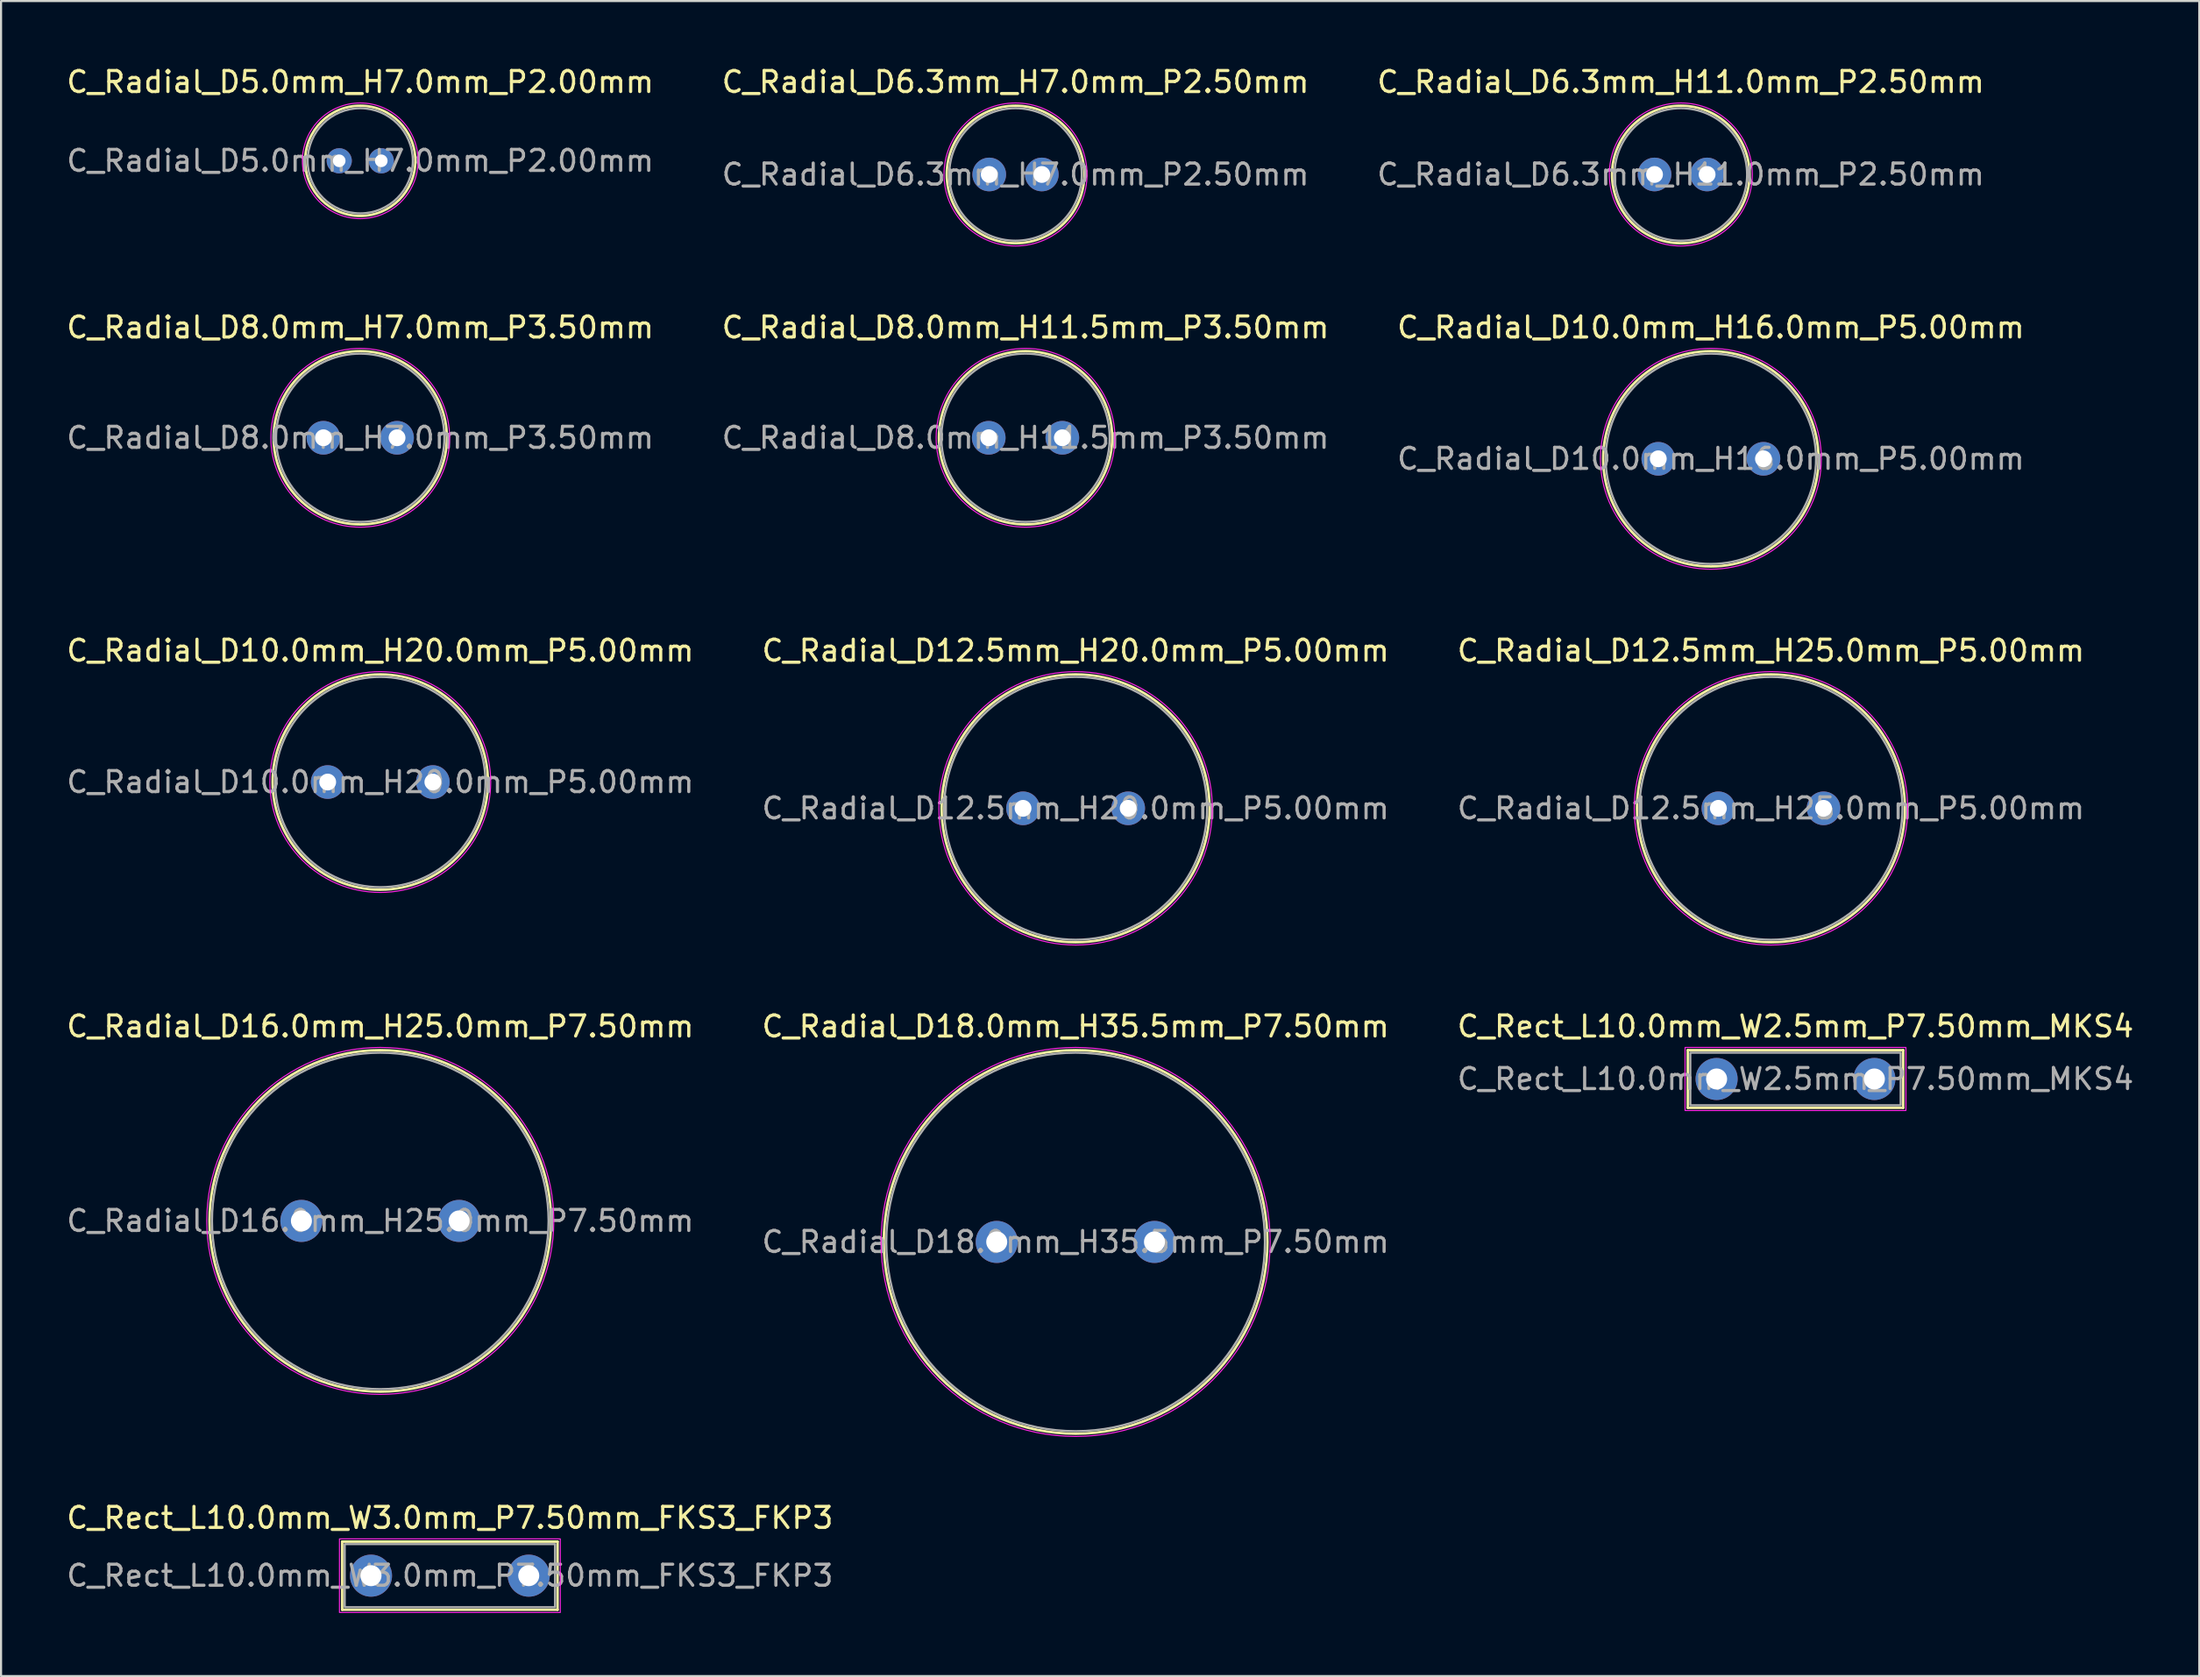
<source format=kicad_pcb>
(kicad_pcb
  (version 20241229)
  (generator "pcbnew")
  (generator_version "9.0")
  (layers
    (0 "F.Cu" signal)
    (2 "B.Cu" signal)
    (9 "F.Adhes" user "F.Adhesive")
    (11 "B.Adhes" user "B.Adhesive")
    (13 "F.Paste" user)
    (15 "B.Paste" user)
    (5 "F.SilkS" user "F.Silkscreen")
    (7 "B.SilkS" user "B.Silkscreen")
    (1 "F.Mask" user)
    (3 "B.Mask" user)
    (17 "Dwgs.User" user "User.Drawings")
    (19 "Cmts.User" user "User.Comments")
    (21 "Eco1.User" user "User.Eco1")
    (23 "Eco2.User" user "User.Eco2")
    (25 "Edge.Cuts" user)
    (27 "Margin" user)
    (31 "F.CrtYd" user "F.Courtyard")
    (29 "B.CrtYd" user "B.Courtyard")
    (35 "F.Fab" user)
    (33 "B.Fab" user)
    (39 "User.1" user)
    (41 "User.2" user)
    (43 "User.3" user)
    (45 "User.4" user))
  (footprint "C_Radial_D10.0mm_H16.0mm_P5.00mm"
    (layer "F.Cu")
    (at 75.792 18.771)
    (property "Reference" "C_Radial_D10.0mm_H16.0mm_P5.00mm" (at 2.5 -6.25 0) (layer "F.SilkS") (effects (font (size 1 1) (thickness 0.15))))
    (attr through_hole)
    (fp_circle (center 2.5 0) (end 7.62 0) (stroke (width 0.12) (type solid)) (fill no) (layer "F.SilkS"))
    (fp_circle (center 2.5 0) (end 7.75 0) (stroke (width 0.05) (type solid)) (fill no) (layer "F.CrtYd"))
    (fp_circle (center 2.5 0) (end 7.5 0) (stroke (width 0.1) (type solid)) (fill no) (layer "F.Fab"))
    (fp_text user "${REFERENCE}" (at 2.5 0 0) (layer "F.Fab") (effects (font (size 1 1) (thickness 0.15))))
    (pad "1" thru_hole circle (at 0 0) (size 1.6 1.6) (drill 0.8) (layers "*.Cu" "*.Mask"))
    (pad "2" thru_hole circle (at 5 0) (size 1.6 1.6) (drill 0.8) (layers "*.Cu" "*.Mask")))
  (footprint "C_Radial_D16.0mm_H25.0mm_P7.50mm"
    (layer "F.Cu")
    (at 11.28 55.018)
    (property "Reference" "C_Radial_D16.0mm_H25.0mm_P7.50mm" (at 3.75 -9.25 0) (layer "F.SilkS") (effects (font (size 1 1) (thickness 0.15))))
    (attr through_hole)
    (fp_circle (center 3.75 0) (end 11.87 0) (stroke (width 0.12) (type solid)) (fill no) (layer "F.SilkS"))
    (fp_circle (center 3.75 0) (end 12 0) (stroke (width 0.05) (type solid)) (fill no) (layer "F.CrtYd"))
    (fp_circle (center 3.75 0) (end 11.75 0) (stroke (width 0.1) (type solid)) (fill no) (layer "F.Fab"))
    (fp_text user "${REFERENCE}" (at 3.75 0 0) (layer "F.Fab") (effects (font (size 1 1) (thickness 0.15))))
    (pad "1" thru_hole circle (at 0 0) (size 2 2) (drill 1) (layers "*.Cu" "*.Mask"))
    (pad "2" thru_hole circle (at 7.5 0) (size 2 2) (drill 1) (layers "*.Cu" "*.Mask")))
  (footprint "C_Radial_D5.0mm_H7.0mm_P2.00mm"
    (layer "F.Cu")
    (at 13.077 4.598)
    (property "Reference" "C_Radial_D5.0mm_H7.0mm_P2.00mm" (at 1 -3.75 0) (layer "F.SilkS") (effects (font (size 1 1) (thickness 0.15))))
    (attr through_hole)
    (fp_circle (center 1 0) (end 3.62 0) (stroke (width 0.12) (type solid)) (fill no) (layer "F.SilkS"))
    (fp_circle (center 1 0) (end 3.75 0) (stroke (width 0.05) (type solid)) (fill no) (layer "F.CrtYd"))
    (fp_circle (center 1 0) (end 3.5 0) (stroke (width 0.1) (type solid)) (fill no) (layer "F.Fab"))
    (fp_text user "${REFERENCE}" (at 1 0 0) (layer "F.Fab") (effects (font (size 1 1) (thickness 0.15))))
    (pad "1" thru_hole circle (at 0 0) (size 1.2 1.2) (drill 0.6) (layers "*.Cu" "*.Mask"))
    (pad "2" thru_hole circle (at 2 0) (size 1.2 1.2) (drill 0.6) (layers "*.Cu" "*.Mask")))
  (footprint "C_Radial_D12.5mm_H25.0mm_P5.00mm"
    (layer "F.Cu")
    (at 78.649 35.395)
    (property "Reference" "C_Radial_D12.5mm_H25.0mm_P5.00mm" (at 2.5 -7.5 0) (layer "F.SilkS") (effects (font (size 1 1) (thickness 0.15))))
    (attr through_hole)
    (fp_circle (center 2.5 0) (end 8.87 0) (stroke (width 0.12) (type solid)) (fill no) (layer "F.SilkS"))
    (fp_circle (center 2.5 0) (end 9 0) (stroke (width 0.05) (type solid)) (fill no) (layer "F.CrtYd"))
    (fp_circle (center 2.5 0) (end 8.75 0) (stroke (width 0.1) (type solid)) (fill no) (layer "F.Fab"))
    (fp_text user "${REFERENCE}" (at 2.5 0 0) (layer "F.Fab") (effects (font (size 1 1) (thickness 0.15))))
    (pad "1" thru_hole circle (at 0 0) (size 1.6 1.6) (drill 0.8) (layers "*.Cu" "*.Mask"))
    (pad "2" thru_hole circle (at 5 0) (size 1.6 1.6) (drill 0.8) (layers "*.Cu" "*.Mask")))
  (footprint "C_Radial_D6.3mm_H11.0mm_P2.50mm"
    (layer "F.Cu")
    (at 75.613 5.248)
    (property "Reference" "C_Radial_D6.3mm_H11.0mm_P2.50mm" (at 1.25 -4.4 0) (layer "F.SilkS") (effects (font (size 1 1) (thickness 0.15))))
    (attr through_hole)
    (fp_circle (center 1.25 0) (end 4.52 0) (stroke (width 0.12) (type solid)) (fill no) (layer "F.SilkS"))
    (fp_circle (center 1.25 0) (end 4.65 0) (stroke (width 0.05) (type solid)) (fill no) (layer "F.CrtYd"))
    (fp_circle (center 1.25 0) (end 4.4 0) (stroke (width 0.1) (type solid)) (fill no) (layer "F.Fab"))
    (fp_text user "${REFERENCE}" (at 1.25 0 0) (layer "F.Fab") (effects (font (size 1 1) (thickness 0.15))))
    (pad "1" thru_hole circle (at 0 0) (size 1.6 1.6) (drill 0.8) (layers "*.Cu" "*.Mask"))
    (pad "2" thru_hole circle (at 2.5 0) (size 1.6 1.6) (drill 0.8) (layers "*.Cu" "*.Mask")))
  (footprint "C_Radial_D6.3mm_H7.0mm_P2.50mm"
    (layer "F.Cu")
    (at 43.982 5.248)
    (property "Reference" "C_Radial_D6.3mm_H7.0mm_P2.50mm" (at 1.25 -4.4 0) (layer "F.SilkS") (effects (font (size 1 1) (thickness 0.15))))
    (attr through_hole)
    (fp_circle (center 1.25 0) (end 4.52 0) (stroke (width 0.12) (type solid)) (fill no) (layer "F.SilkS"))
    (fp_circle (center 1.25 0) (end 4.65 0) (stroke (width 0.05) (type solid)) (fill no) (layer "F.CrtYd"))
    (fp_circle (center 1.25 0) (end 4.4 0) (stroke (width 0.1) (type solid)) (fill no) (layer "F.Fab"))
    (fp_text user "${REFERENCE}" (at 1.25 0 0) (layer "F.Fab") (effects (font (size 1 1) (thickness 0.15))))
    (pad "1" thru_hole circle (at 0 0) (size 1.6 1.6) (drill 0.8) (layers "*.Cu" "*.Mask"))
    (pad "2" thru_hole circle (at 2.5 0) (size 1.6 1.6) (drill 0.8) (layers "*.Cu" "*.Mask")))
  (footprint "C_Rect_L10.0mm_W3.0mm_P7.50mm_FKS3_FKP3"
    (layer "F.Cu")
    (at 14.589 71.891)
    (property "Reference" "C_Rect_L10.0mm_W3.0mm_P7.50mm_FKS3_FKP3" (at 3.75 -2.75 0) (layer "F.SilkS") (effects (font (size 1 1) (thickness 0.15))))
    (attr through_hole)
    (fp_line (start -1.37 -1.62) (end 8.87 -1.62) (stroke (width 0.12) (type solid)) (layer "F.SilkS"))
    (fp_line (start -1.37 1.62) (end -1.37 -1.62) (stroke (width 0.12) (type solid)) (layer "F.SilkS"))
    (fp_line (start 8.87 -1.62) (end 8.87 1.62) (stroke (width 0.12) (type solid)) (layer "F.SilkS"))
    (fp_line (start 8.87 1.62) (end -1.37 1.62) (stroke (width 0.12) (type solid)) (layer "F.SilkS"))
    (fp_rect (start -1.5 -1.75) (end 9 1.75) (stroke (width 0.05) (type solid)) (fill no) (layer "F.CrtYd"))
    (fp_rect (start -1.25 -1.5) (end 8.75 1.5) (stroke (width 0.1) (type solid)) (fill no) (layer "F.Fab"))
    (fp_text user "${REFERENCE}" (at 3.75 0 0) (layer "F.Fab") (effects (font (size 1 1) (thickness 0.15))))
    (pad "1" thru_hole circle (at 0 0) (size 2 2) (drill 1) (layers "*.Cu" "*.Mask"))
    (pad "2" thru_hole circle (at 7.5 0) (size 2 2) (drill 1) (layers "*.Cu" "*.Mask")))
  (footprint "C_Radial_D10.0mm_H20.0mm_P5.00mm"
    (layer "F.Cu")
    (at 12.53 34.145)
    (property "Reference" "C_Radial_D10.0mm_H20.0mm_P5.00mm" (at 2.5 -6.25 0) (layer "F.SilkS") (effects (font (size 1 1) (thickness 0.15))))
    (attr through_hole)
    (fp_circle (center 2.5 0) (end 7.62 0) (stroke (width 0.12) (type solid)) (fill no) (layer "F.SilkS"))
    (fp_circle (center 2.5 0) (end 7.75 0) (stroke (width 0.05) (type solid)) (fill no) (layer "F.CrtYd"))
    (fp_circle (center 2.5 0) (end 7.5 0) (stroke (width 0.1) (type solid)) (fill no) (layer "F.Fab"))
    (fp_text user "${REFERENCE}" (at 2.5 0 0) (layer "F.Fab") (effects (font (size 1 1) (thickness 0.15))))
    (pad "1" thru_hole circle (at 0 0) (size 1.6 1.6) (drill 0.8) (layers "*.Cu" "*.Mask"))
    (pad "2" thru_hole circle (at 5 0) (size 1.6 1.6) (drill 0.8) (layers "*.Cu" "*.Mask")))
  (footprint "C_Radial_D18.0mm_H35.5mm_P7.50mm"
    (layer "F.Cu")
    (at 44.339 56.018)
    (property "Reference" "C_Radial_D18.0mm_H35.5mm_P7.50mm" (at 3.75 -10.25 0) (layer "F.SilkS") (effects (font (size 1 1) (thickness 0.15))))
    (attr through_hole)
    (fp_circle (center 3.75 0) (end 12.87 0) (stroke (width 0.12) (type solid)) (fill no) (layer "F.SilkS"))
    (fp_circle (center 3.75 0) (end 13 0) (stroke (width 0.05) (type solid)) (fill no) (layer "F.CrtYd"))
    (fp_circle (center 3.75 0) (end 12.75 0) (stroke (width 0.1) (type solid)) (fill no) (layer "F.Fab"))
    (fp_text user "${REFERENCE}" (at 3.75 0 0) (layer "F.Fab") (effects (font (size 1 1) (thickness 0.15))))
    (pad "1" thru_hole circle (at 0 0) (size 2 2) (drill 1) (layers "*.Cu" "*.Mask"))
    (pad "2" thru_hole circle (at 7.5 0) (size 2 2) (drill 1) (layers "*.Cu" "*.Mask")))
  (footprint "C_Radial_D12.5mm_H20.0mm_P5.00mm"
    (layer "F.Cu")
    (at 45.589 35.395)
    (property "Reference" "C_Radial_D12.5mm_H20.0mm_P5.00mm" (at 2.5 -7.5 0) (layer "F.SilkS") (effects (font (size 1 1) (thickness 0.15))))
    (attr through_hole)
    (fp_circle (center 2.5 0) (end 8.87 0) (stroke (width 0.12) (type solid)) (fill no) (layer "F.SilkS"))
    (fp_circle (center 2.5 0) (end 9 0) (stroke (width 0.05) (type solid)) (fill no) (layer "F.CrtYd"))
    (fp_circle (center 2.5 0) (end 8.75 0) (stroke (width 0.1) (type solid)) (fill no) (layer "F.Fab"))
    (fp_text user "${REFERENCE}" (at 2.5 0 0) (layer "F.Fab") (effects (font (size 1 1) (thickness 0.15))))
    (pad "1" thru_hole circle (at 0 0) (size 1.6 1.6) (drill 0.8) (layers "*.Cu" "*.Mask"))
    (pad "2" thru_hole circle (at 5 0) (size 1.6 1.6) (drill 0.8) (layers "*.Cu" "*.Mask")))
  (footprint "C_Radial_D8.0mm_H11.5mm_P3.50mm"
    (layer "F.Cu")
    (at 43.958 17.771)
    (property "Reference" "C_Radial_D8.0mm_H11.5mm_P3.50mm" (at 1.75 -5.25 0) (layer "F.SilkS") (effects (font (size 1 1) (thickness 0.15))))
    (attr through_hole)
    (fp_circle (center 1.75 0) (end 5.87 0) (stroke (width 0.12) (type solid)) (fill no) (layer "F.SilkS"))
    (fp_circle (center 1.75 0) (end 6 0) (stroke (width 0.05) (type solid)) (fill no) (layer "F.CrtYd"))
    (fp_circle (center 1.75 0) (end 5.75 0) (stroke (width 0.1) (type solid)) (fill no) (layer "F.Fab"))
    (fp_text user "${REFERENCE}" (at 1.75 0 0) (layer "F.Fab") (effects (font (size 1 1) (thickness 0.15))))
    (pad "1" thru_hole circle (at 0 0) (size 1.6 1.6) (drill 0.8) (layers "*.Cu" "*.Mask"))
    (pad "2" thru_hole circle (at 3.5 0) (size 1.6 1.6) (drill 0.8) (layers "*.Cu" "*.Mask")))
  (footprint "C_Radial_D8.0mm_H7.0mm_P3.50mm"
    (layer "F.Cu")
    (at 12.327 17.771)
    (property "Reference" "C_Radial_D8.0mm_H7.0mm_P3.50mm" (at 1.75 -5.25 0) (layer "F.SilkS") (effects (font (size 1 1) (thickness 0.15))))
    (attr through_hole)
    (fp_circle (center 1.75 0) (end 5.87 0) (stroke (width 0.12) (type solid)) (fill no) (layer "F.SilkS"))
    (fp_circle (center 1.75 0) (end 6 0) (stroke (width 0.05) (type solid)) (fill no) (layer "F.CrtYd"))
    (fp_circle (center 1.75 0) (end 5.75 0) (stroke (width 0.1) (type solid)) (fill no) (layer "F.Fab"))
    (fp_text user "${REFERENCE}" (at 1.75 0 0) (layer "F.Fab") (effects (font (size 1 1) (thickness 0.15))))
    (pad "1" thru_hole circle (at 0 0) (size 1.6 1.6) (drill 0.8) (layers "*.Cu" "*.Mask"))
    (pad "2" thru_hole circle (at 3.5 0) (size 1.6 1.6) (drill 0.8) (layers "*.Cu" "*.Mask")))
  (footprint "C_Rect_L10.0mm_W2.5mm_P7.50mm_MKS4"
    (layer "F.Cu")
    (at 78.565 48.268)
    (property "Reference" "C_Rect_L10.0mm_W2.5mm_P7.50mm_MKS4" (at 3.75 -2.5 0) (layer "F.SilkS") (effects (font (size 1 1) (thickness 0.15))))
    (attr through_hole)
    (fp_line (start -1.37 -1.37) (end 8.87 -1.37) (stroke (width 0.12) (type solid)) (layer "F.SilkS"))
    (fp_line (start -1.37 1.37) (end -1.37 -1.37) (stroke (width 0.12) (type solid)) (layer "F.SilkS"))
    (fp_line (start 8.87 -1.37) (end 8.87 1.37) (stroke (width 0.12) (type solid)) (layer "F.SilkS"))
    (fp_line (start 8.87 1.37) (end -1.37 1.37) (stroke (width 0.12) (type solid)) (layer "F.SilkS"))
    (fp_rect (start -1.5 -1.5) (end 9 1.5) (stroke (width 0.05) (type solid)) (fill no) (layer "F.CrtYd"))
    (fp_rect (start -1.25 -1.25) (end 8.75 1.25) (stroke (width 0.1) (type solid)) (fill no) (layer "F.Fab"))
    (fp_text user "${REFERENCE}" (at 3.75 0 0) (layer "F.Fab") (effects (font (size 1 1) (thickness 0.15))))
    (pad "1" thru_hole circle (at 0 0) (size 2 2) (drill 1) (layers "*.Cu" "*.Mask"))
    (pad "2" thru_hole circle (at 7.5 0) (size 2 2) (drill 1) (layers "*.Cu" "*.Mask")))
  (gr_rect
    (start -3 -3)
    (end 101.512 76.666)
    (stroke (width 0.1) (type default))
    (fill no)
    (layer "Edge.Cuts")))
</source>
